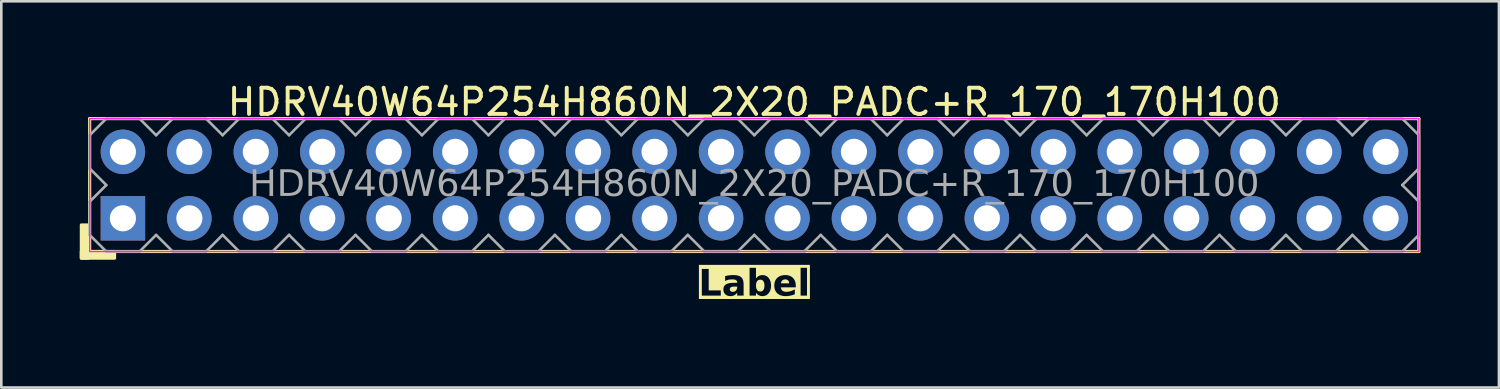
<source format=kicad_pcb>
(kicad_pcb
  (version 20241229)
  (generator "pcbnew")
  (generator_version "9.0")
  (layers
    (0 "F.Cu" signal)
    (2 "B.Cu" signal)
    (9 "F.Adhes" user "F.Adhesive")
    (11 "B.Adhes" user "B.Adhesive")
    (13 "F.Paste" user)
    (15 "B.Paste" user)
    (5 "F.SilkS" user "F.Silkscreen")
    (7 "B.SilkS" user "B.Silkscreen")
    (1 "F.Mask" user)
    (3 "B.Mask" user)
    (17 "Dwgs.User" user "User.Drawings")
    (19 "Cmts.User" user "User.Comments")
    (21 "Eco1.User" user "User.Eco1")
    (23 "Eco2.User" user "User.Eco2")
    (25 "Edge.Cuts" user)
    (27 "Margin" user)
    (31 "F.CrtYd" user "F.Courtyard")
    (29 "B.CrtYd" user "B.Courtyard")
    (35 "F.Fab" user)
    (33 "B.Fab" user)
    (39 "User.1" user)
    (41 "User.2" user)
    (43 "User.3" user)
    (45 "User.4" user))
  (footprint "HDRV40W64P254H860N_2X20_PADC+R_170_170H100"
    (layer "F.Cu")
    (at 25.777 4.023)
    (property "Reference" "HDRV40W64P254H860N_2X20_PADC+R_170_170H100" (at 0 -3.175 0) (layer "F.SilkS") (effects (font (size 1 1) (thickness 0.15))))
    (property "Label" "Label" (at 0 3.81 0) (layer "F.SilkS" knockout) (effects (font (face "Tahoma") (size 1 1) (thickness 0.2) (bold yes))))
    (attr through_hole)
    (fp_line (start -25.4 2.54) (end -25.4 -2.54) (stroke (width 0.12) (type solid)) (layer "F.SilkS"))
    (fp_line (start 25.4 -2.54) (end -25.4 -2.54) (stroke (width 0.12) (type solid)) (layer "F.SilkS"))
    (fp_line (start 25.4 2.54) (end -25.4 2.54) (stroke (width 0.12) (type solid)) (layer "F.SilkS"))
    (fp_line (start 25.4 2.54) (end 25.4 -2.54) (stroke (width 0.12) (type solid)) (layer "F.SilkS"))
    (fp_rect (start -25.718 1.524) (end -25.463 2.794) (stroke (width 0.12) (type solid)) (fill yes) (layer "F.SilkS"))
    (fp_rect (start -25.718 2.54) (end -24.448 2.794) (stroke (width 0.12) (type solid)) (fill yes) (layer "F.SilkS"))
    (fp_line (start -25.4 2.54) (end -25.4 -2.54) (stroke (width 0.05) (type solid)) (layer "F.CrtYd"))
    (fp_line (start 25.4 -2.54) (end -25.4 -2.54) (stroke (width 0.05) (type solid)) (layer "F.CrtYd"))
    (fp_line (start 25.4 2.54) (end -25.4 2.54) (stroke (width 0.05) (type solid)) (layer "F.CrtYd"))
    (fp_line (start 25.4 2.54) (end 25.4 -2.54) (stroke (width 0.05) (type solid)) (layer "F.CrtYd"))
    (fp_line (start -25.4 -1.905) (end -25.4 -0.635) (stroke (width 0.1) (type solid)) (layer "F.Fab"))
    (fp_line (start -25.4 -1.905) (end -24.765 -2.54) (stroke (width 0.1) (type solid)) (layer "F.Fab"))
    (fp_line (start -25.4 0.635) (end -24.765 0) (stroke (width 0.1) (type solid)) (layer "F.Fab"))
    (fp_line (start -25.4 1.905) (end -25.4 0.635) (stroke (width 0.1) (type solid)) (layer "F.Fab"))
    (fp_line (start -24.765 -2.54) (end -23.495 -2.54) (stroke (width 0.1) (type solid)) (layer "F.Fab"))
    (fp_line (start -24.765 0) (end -25.4 -0.635) (stroke (width 0.1) (type solid)) (layer "F.Fab"))
    (fp_line (start -24.765 2.54) (end -25.4 1.905) (stroke (width 0.1) (type solid)) (layer "F.Fab"))
    (fp_line (start -23.495 -2.54) (end -22.86 -1.905) (stroke (width 0.1) (type solid)) (layer "F.Fab"))
    (fp_line (start -23.495 2.54) (end -24.765 2.54) (stroke (width 0.1) (type solid)) (layer "F.Fab"))
    (fp_line (start -22.86 -1.905) (end -22.225 -2.54) (stroke (width 0.1) (type solid)) (layer "F.Fab"))
    (fp_line (start -22.86 1.905) (end -23.495 2.54) (stroke (width 0.1) (type solid)) (layer "F.Fab"))
    (fp_line (start -22.225 -2.54) (end -20.955 -2.54) (stroke (width 0.1) (type solid)) (layer "F.Fab"))
    (fp_line (start -22.225 2.54) (end -22.86 1.905) (stroke (width 0.1) (type solid)) (layer "F.Fab"))
    (fp_line (start -20.955 -2.54) (end -20.32 -1.905) (stroke (width 0.1) (type solid)) (layer "F.Fab"))
    (fp_line (start -20.955 2.54) (end -22.225 2.54) (stroke (width 0.1) (type solid)) (layer "F.Fab"))
    (fp_line (start -20.32 -1.905) (end -19.685 -2.54) (stroke (width 0.1) (type solid)) (layer "F.Fab"))
    (fp_line (start -20.32 1.905) (end -20.955 2.54) (stroke (width 0.1) (type solid)) (layer "F.Fab"))
    (fp_line (start -19.685 -2.54) (end -18.415 -2.54) (stroke (width 0.1) (type solid)) (layer "F.Fab"))
    (fp_line (start -19.685 2.54) (end -20.32 1.905) (stroke (width 0.1) (type solid)) (layer "F.Fab"))
    (fp_line (start -18.415 -2.54) (end -17.78 -1.905) (stroke (width 0.1) (type solid)) (layer "F.Fab"))
    (fp_line (start -18.415 2.54) (end -19.685 2.54) (stroke (width 0.1) (type solid)) (layer "F.Fab"))
    (fp_line (start -17.78 -1.905) (end -17.145 -2.54) (stroke (width 0.1) (type solid)) (layer "F.Fab"))
    (fp_line (start -17.78 1.905) (end -18.415 2.54) (stroke (width 0.1) (type solid)) (layer "F.Fab"))
    (fp_line (start -17.145 -2.54) (end -15.875 -2.54) (stroke (width 0.1) (type solid)) (layer "F.Fab"))
    (fp_line (start -17.145 2.54) (end -17.78 1.905) (stroke (width 0.1) (type solid)) (layer "F.Fab"))
    (fp_line (start -15.875 -2.54) (end -15.24 -1.905) (stroke (width 0.1) (type solid)) (layer "F.Fab"))
    (fp_line (start -15.875 2.54) (end -17.145 2.54) (stroke (width 0.1) (type solid)) (layer "F.Fab"))
    (fp_line (start -15.24 -1.905) (end -14.605 -2.54) (stroke (width 0.1) (type solid)) (layer "F.Fab"))
    (fp_line (start -15.24 1.905) (end -15.875 2.54) (stroke (width 0.1) (type solid)) (layer "F.Fab"))
    (fp_line (start -14.605 -2.54) (end -13.335 -2.54) (stroke (width 0.1) (type solid)) (layer "F.Fab"))
    (fp_line (start -14.605 2.54) (end -15.24 1.905) (stroke (width 0.1) (type solid)) (layer "F.Fab"))
    (fp_line (start -13.335 -2.54) (end -12.7 -1.905) (stroke (width 0.1) (type solid)) (layer "F.Fab"))
    (fp_line (start -13.335 2.54) (end -14.605 2.54) (stroke (width 0.1) (type solid)) (layer "F.Fab"))
    (fp_line (start -12.7 -1.905) (end -12.065 -2.54) (stroke (width 0.1) (type solid)) (layer "F.Fab"))
    (fp_line (start -12.7 1.905) (end -13.335 2.54) (stroke (width 0.1) (type solid)) (layer "F.Fab"))
    (fp_line (start -12.065 -2.54) (end -10.795 -2.54) (stroke (width 0.1) (type solid)) (layer "F.Fab"))
    (fp_line (start -12.065 2.54) (end -12.7 1.905) (stroke (width 0.1) (type solid)) (layer "F.Fab"))
    (fp_line (start -10.795 -2.54) (end -10.16 -1.905) (stroke (width 0.1) (type solid)) (layer "F.Fab"))
    (fp_line (start -10.795 2.54) (end -12.065 2.54) (stroke (width 0.1) (type solid)) (layer "F.Fab"))
    (fp_line (start -10.16 -1.905) (end -9.525 -2.54) (stroke (width 0.1) (type solid)) (layer "F.Fab"))
    (fp_line (start -10.16 1.905) (end -10.795 2.54) (stroke (width 0.1) (type solid)) (layer "F.Fab"))
    (fp_line (start -9.525 -2.54) (end -8.255 -2.54) (stroke (width 0.1) (type solid)) (layer "F.Fab"))
    (fp_line (start -9.525 2.54) (end -10.16 1.905) (stroke (width 0.1) (type solid)) (layer "F.Fab"))
    (fp_line (start -8.255 -2.54) (end -7.62 -1.905) (stroke (width 0.1) (type solid)) (layer "F.Fab"))
    (fp_line (start -8.255 2.54) (end -9.525 2.54) (stroke (width 0.1) (type solid)) (layer "F.Fab"))
    (fp_line (start -7.62 -1.905) (end -6.985 -2.54) (stroke (width 0.1) (type solid)) (layer "F.Fab"))
    (fp_line (start -7.62 1.905) (end -8.255 2.54) (stroke (width 0.1) (type solid)) (layer "F.Fab"))
    (fp_line (start -6.985 -2.54) (end -5.715 -2.54) (stroke (width 0.1) (type solid)) (layer "F.Fab"))
    (fp_line (start -6.985 2.54) (end -7.62 1.905) (stroke (width 0.1) (type solid)) (layer "F.Fab"))
    (fp_line (start -5.715 -2.54) (end -5.08 -1.905) (stroke (width 0.1) (type solid)) (layer "F.Fab"))
    (fp_line (start -5.715 2.54) (end -6.985 2.54) (stroke (width 0.1) (type solid)) (layer "F.Fab"))
    (fp_line (start -5.08 -1.905) (end -4.445 -2.54) (stroke (width 0.1) (type solid)) (layer "F.Fab"))
    (fp_line (start -5.08 1.905) (end -5.715 2.54) (stroke (width 0.1) (type solid)) (layer "F.Fab"))
    (fp_line (start -4.445 -2.54) (end -3.175 -2.54) (stroke (width 0.1) (type solid)) (layer "F.Fab"))
    (fp_line (start -4.445 2.54) (end -5.08 1.905) (stroke (width 0.1) (type solid)) (layer "F.Fab"))
    (fp_line (start -3.175 -2.54) (end -2.54 -1.905) (stroke (width 0.1) (type solid)) (layer "F.Fab"))
    (fp_line (start -3.175 2.54) (end -4.445 2.54) (stroke (width 0.1) (type solid)) (layer "F.Fab"))
    (fp_line (start -2.54 -1.905) (end -1.905 -2.54) (stroke (width 0.1) (type solid)) (layer "F.Fab"))
    (fp_line (start -2.54 1.905) (end -3.175 2.54) (stroke (width 0.1) (type solid)) (layer "F.Fab"))
    (fp_line (start -1.905 -2.54) (end -0.635 -2.54) (stroke (width 0.1) (type solid)) (layer "F.Fab"))
    (fp_line (start -1.905 2.54) (end -2.54 1.905) (stroke (width 0.1) (type solid)) (layer "F.Fab"))
    (fp_line (start -0.635 -2.54) (end 0 -1.905) (stroke (width 0.1) (type solid)) (layer "F.Fab"))
    (fp_line (start -0.635 2.54) (end -1.905 2.54) (stroke (width 0.1) (type solid)) (layer "F.Fab"))
    (fp_line (start 0 -1.905) (end 0.635 -2.54) (stroke (width 0.1) (type solid)) (layer "F.Fab"))
    (fp_line (start 0 1.905) (end -0.635 2.54) (stroke (width 0.1) (type solid)) (layer "F.Fab"))
    (fp_line (start 0.635 -2.54) (end 1.905 -2.54) (stroke (width 0.1) (type solid)) (layer "F.Fab"))
    (fp_line (start 0.635 2.54) (end 0 1.905) (stroke (width 0.1) (type solid)) (layer "F.Fab"))
    (fp_line (start 1.905 -2.54) (end 2.54 -1.905) (stroke (width 0.1) (type solid)) (layer "F.Fab"))
    (fp_line (start 1.905 2.54) (end 0.635 2.54) (stroke (width 0.1) (type solid)) (layer "F.Fab"))
    (fp_line (start 2.54 -1.905) (end 3.175 -2.54) (stroke (width 0.1) (type solid)) (layer "F.Fab"))
    (fp_line (start 2.54 1.905) (end 1.905 2.54) (stroke (width 0.1) (type solid)) (layer "F.Fab"))
    (fp_line (start 3.175 -2.54) (end 4.445 -2.54) (stroke (width 0.1) (type solid)) (layer "F.Fab"))
    (fp_line (start 3.175 2.54) (end 2.54 1.905) (stroke (width 0.1) (type solid)) (layer "F.Fab"))
    (fp_line (start 4.445 -2.54) (end 5.08 -1.905) (stroke (width 0.1) (type solid)) (layer "F.Fab"))
    (fp_line (start 4.445 2.54) (end 3.175 2.54) (stroke (width 0.1) (type solid)) (layer "F.Fab"))
    (fp_line (start 5.08 -1.905) (end 5.715 -2.54) (stroke (width 0.1) (type solid)) (layer "F.Fab"))
    (fp_line (start 5.08 1.905) (end 4.445 2.54) (stroke (width 0.1) (type solid)) (layer "F.Fab"))
    (fp_line (start 5.715 -2.54) (end 6.985 -2.54) (stroke (width 0.1) (type solid)) (layer "F.Fab"))
    (fp_line (start 5.715 2.54) (end 5.08 1.905) (stroke (width 0.1) (type solid)) (layer "F.Fab"))
    (fp_line (start 6.985 -2.54) (end 7.62 -1.905) (stroke (width 0.1) (type solid)) (layer "F.Fab"))
    (fp_line (start 6.985 2.54) (end 5.715 2.54) (stroke (width 0.1) (type solid)) (layer "F.Fab"))
    (fp_line (start 7.62 -1.905) (end 8.255 -2.54) (stroke (width 0.1) (type solid)) (layer "F.Fab"))
    (fp_line (start 7.62 1.905) (end 6.985 2.54) (stroke (width 0.1) (type solid)) (layer "F.Fab"))
    (fp_line (start 8.255 -2.54) (end 9.525 -2.54) (stroke (width 0.1) (type solid)) (layer "F.Fab"))
    (fp_line (start 8.255 2.54) (end 7.62 1.905) (stroke (width 0.1) (type solid)) (layer "F.Fab"))
    (fp_line (start 9.525 -2.54) (end 10.16 -1.905) (stroke (width 0.1) (type solid)) (layer "F.Fab"))
    (fp_line (start 9.525 2.54) (end 8.255 2.54) (stroke (width 0.1) (type solid)) (layer "F.Fab"))
    (fp_line (start 10.16 -1.905) (end 10.795 -2.54) (stroke (width 0.1) (type solid)) (layer "F.Fab"))
    (fp_line (start 10.16 1.905) (end 9.525 2.54) (stroke (width 0.1) (type solid)) (layer "F.Fab"))
    (fp_line (start 10.795 -2.54) (end 12.065 -2.54) (stroke (width 0.1) (type solid)) (layer "F.Fab"))
    (fp_line (start 10.795 2.54) (end 10.16 1.905) (stroke (width 0.1) (type solid)) (layer "F.Fab"))
    (fp_line (start 12.065 -2.54) (end 12.7 -1.905) (stroke (width 0.1) (type solid)) (layer "F.Fab"))
    (fp_line (start 12.065 2.54) (end 10.795 2.54) (stroke (width 0.1) (type solid)) (layer "F.Fab"))
    (fp_line (start 12.7 -1.905) (end 13.335 -2.54) (stroke (width 0.1) (type solid)) (layer "F.Fab"))
    (fp_line (start 12.7 1.905) (end 12.065 2.54) (stroke (width 0.1) (type solid)) (layer "F.Fab"))
    (fp_line (start 13.335 -2.54) (end 14.605 -2.54) (stroke (width 0.1) (type solid)) (layer "F.Fab"))
    (fp_line (start 13.335 2.54) (end 12.7 1.905) (stroke (width 0.1) (type solid)) (layer "F.Fab"))
    (fp_line (start 14.605 -2.54) (end 15.24 -1.905) (stroke (width 0.1) (type solid)) (layer "F.Fab"))
    (fp_line (start 14.605 2.54) (end 13.335 2.54) (stroke (width 0.1) (type solid)) (layer "F.Fab"))
    (fp_line (start 15.24 -1.905) (end 15.875 -2.54) (stroke (width 0.1) (type solid)) (layer "F.Fab"))
    (fp_line (start 15.24 1.905) (end 14.605 2.54) (stroke (width 0.1) (type solid)) (layer "F.Fab"))
    (fp_line (start 15.875 -2.54) (end 17.145 -2.54) (stroke (width 0.1) (type solid)) (layer "F.Fab"))
    (fp_line (start 15.875 2.54) (end 15.24 1.905) (stroke (width 0.1) (type solid)) (layer "F.Fab"))
    (fp_line (start 17.145 -2.54) (end 17.78 -1.905) (stroke (width 0.1) (type solid)) (layer "F.Fab"))
    (fp_line (start 17.145 2.54) (end 15.875 2.54) (stroke (width 0.1) (type solid)) (layer "F.Fab"))
    (fp_line (start 17.78 -1.905) (end 18.415 -2.54) (stroke (width 0.1) (type solid)) (layer "F.Fab"))
    (fp_line (start 17.78 1.905) (end 17.145 2.54) (stroke (width 0.1) (type solid)) (layer "F.Fab"))
    (fp_line (start 18.415 -2.54) (end 19.685 -2.54) (stroke (width 0.1) (type solid)) (layer "F.Fab"))
    (fp_line (start 18.415 2.54) (end 17.78 1.905) (stroke (width 0.1) (type solid)) (layer "F.Fab"))
    (fp_line (start 19.685 -2.54) (end 20.32 -1.905) (stroke (width 0.1) (type solid)) (layer "F.Fab"))
    (fp_line (start 19.685 2.54) (end 18.415 2.54) (stroke (width 0.1) (type solid)) (layer "F.Fab"))
    (fp_line (start 20.32 -1.905) (end 20.955 -2.54) (stroke (width 0.1) (type solid)) (layer "F.Fab"))
    (fp_line (start 20.32 1.905) (end 19.685 2.54) (stroke (width 0.1) (type solid)) (layer "F.Fab"))
    (fp_line (start 20.955 -2.54) (end 22.225 -2.54) (stroke (width 0.1) (type solid)) (layer "F.Fab"))
    (fp_line (start 20.955 2.54) (end 20.32 1.905) (stroke (width 0.1) (type solid)) (layer "F.Fab"))
    (fp_line (start 22.225 -2.54) (end 22.86 -1.905) (stroke (width 0.1) (type solid)) (layer "F.Fab"))
    (fp_line (start 22.225 2.54) (end 20.955 2.54) (stroke (width 0.1) (type solid)) (layer "F.Fab"))
    (fp_line (start 22.86 -1.905) (end 23.495 -2.54) (stroke (width 0.1) (type solid)) (layer "F.Fab"))
    (fp_line (start 22.86 1.905) (end 22.225 2.54) (stroke (width 0.1) (type solid)) (layer "F.Fab"))
    (fp_line (start 23.495 -2.54) (end 24.765 -2.54) (stroke (width 0.1) (type solid)) (layer "F.Fab"))
    (fp_line (start 23.495 2.54) (end 22.86 1.905) (stroke (width 0.1) (type solid)) (layer "F.Fab"))
    (fp_line (start 24.765 -2.54) (end 25.4 -1.905) (stroke (width 0.1) (type solid)) (layer "F.Fab"))
    (fp_line (start 24.765 0) (end 25.4 0.635) (stroke (width 0.1) (type solid)) (layer "F.Fab"))
    (fp_line (start 24.765 2.54) (end 23.495 2.54) (stroke (width 0.1) (type solid)) (layer "F.Fab"))
    (fp_line (start 25.4 -1.905) (end 25.4 -0.635) (stroke (width 0.1) (type solid)) (layer "F.Fab"))
    (fp_line (start 25.4 -0.635) (end 24.765 0) (stroke (width 0.1) (type solid)) (layer "F.Fab"))
    (fp_line (start 25.4 0.635) (end 25.4 1.905) (stroke (width 0.1) (type solid)) (layer "F.Fab"))
    (fp_line (start 25.4 1.905) (end 24.765 2.54) (stroke (width 0.1) (type solid)) (layer "F.Fab"))
    (fp_rect (start -23.876 -1.524) (end -24.384 -1.016) (stroke (width 0.1) (type solid)) (fill no) (layer "F.Fab"))
    (fp_rect (start -23.876 1.016) (end -24.384 1.524) (stroke (width 0.1) (type solid)) (fill no) (layer "F.Fab"))
    (fp_rect (start -21.336 -1.524) (end -21.844 -1.016) (stroke (width 0.1) (type solid)) (fill no) (layer "F.Fab"))
    (fp_rect (start -21.336 1.016) (end -21.844 1.524) (stroke (width 0.1) (type solid)) (fill no) (layer "F.Fab"))
    (fp_rect (start -18.796 -1.524) (end -19.304 -1.016) (stroke (width 0.1) (type solid)) (fill no) (layer "F.Fab"))
    (fp_rect (start -18.796 1.016) (end -19.304 1.524) (stroke (width 0.1) (type solid)) (fill no) (layer "F.Fab"))
    (fp_rect (start -16.256 -1.524) (end -16.764 -1.016) (stroke (width 0.1) (type solid)) (fill no) (layer "F.Fab"))
    (fp_rect (start -16.256 1.016) (end -16.764 1.524) (stroke (width 0.1) (type solid)) (fill no) (layer "F.Fab"))
    (fp_rect (start -13.716 -1.524) (end -14.224 -1.016) (stroke (width 0.1) (type solid)) (fill no) (layer "F.Fab"))
    (fp_rect (start -13.716 1.016) (end -14.224 1.524) (stroke (width 0.1) (type solid)) (fill no) (layer "F.Fab"))
    (fp_rect (start -11.176 -1.524) (end -11.684 -1.016) (stroke (width 0.1) (type solid)) (fill no) (layer "F.Fab"))
    (fp_rect (start -11.176 1.016) (end -11.684 1.524) (stroke (width 0.1) (type solid)) (fill no) (layer "F.Fab"))
    (fp_rect (start -8.636 -1.524) (end -9.144 -1.016) (stroke (width 0.1) (type solid)) (fill no) (layer "F.Fab"))
    (fp_rect (start -8.636 1.016) (end -9.144 1.524) (stroke (width 0.1) (type solid)) (fill no) (layer "F.Fab"))
    (fp_rect (start -6.096 -1.524) (end -6.604 -1.016) (stroke (width 0.1) (type solid)) (fill no) (layer "F.Fab"))
    (fp_rect (start -6.096 1.016) (end -6.604 1.524) (stroke (width 0.1) (type solid)) (fill no) (layer "F.Fab"))
    (fp_rect (start -3.556 -1.524) (end -4.064 -1.016) (stroke (width 0.1) (type solid)) (fill no) (layer "F.Fab"))
    (fp_rect (start -3.556 1.016) (end -4.064 1.524) (stroke (width 0.1) (type solid)) (fill no) (layer "F.Fab"))
    (fp_rect (start -1.016 -1.524) (end -1.524 -1.016) (stroke (width 0.1) (type solid)) (fill no) (layer "F.Fab"))
    (fp_rect (start -1.016 1.016) (end -1.524 1.524) (stroke (width 0.1) (type solid)) (fill no) (layer "F.Fab"))
    (fp_rect (start 1.524 -1.524) (end 1.016 -1.016) (stroke (width 0.1) (type solid)) (fill no) (layer "F.Fab"))
    (fp_rect (start 1.524 1.016) (end 1.016 1.524) (stroke (width 0.1) (type solid)) (fill no) (layer "F.Fab"))
    (fp_rect (start 4.064 -1.524) (end 3.556 -1.016) (stroke (width 0.1) (type solid)) (fill no) (layer "F.Fab"))
    (fp_rect (start 4.064 1.016) (end 3.556 1.524) (stroke (width 0.1) (type solid)) (fill no) (layer "F.Fab"))
    (fp_rect (start 6.604 -1.524) (end 6.096 -1.016) (stroke (width 0.1) (type solid)) (fill no) (layer "F.Fab"))
    (fp_rect (start 6.604 1.016) (end 6.096 1.524) (stroke (width 0.1) (type solid)) (fill no) (layer "F.Fab"))
    (fp_rect (start 9.144 -1.524) (end 8.636 -1.016) (stroke (width 0.1) (type solid)) (fill no) (layer "F.Fab"))
    (fp_rect (start 9.144 1.016) (end 8.636 1.524) (stroke (width 0.1) (type solid)) (fill no) (layer "F.Fab"))
    (fp_rect (start 11.684 -1.524) (end 11.176 -1.016) (stroke (width 0.1) (type solid)) (fill no) (layer "F.Fab"))
    (fp_rect (start 11.684 1.016) (end 11.176 1.524) (stroke (width 0.1) (type solid)) (fill no) (layer "F.Fab"))
    (fp_rect (start 14.224 -1.524) (end 13.716 -1.016) (stroke (width 0.1) (type solid)) (fill no) (layer "F.Fab"))
    (fp_rect (start 14.224 1.016) (end 13.716 1.524) (stroke (width 0.1) (type solid)) (fill no) (layer "F.Fab"))
    (fp_rect (start 16.764 -1.524) (end 16.256 -1.016) (stroke (width 0.1) (type solid)) (fill no) (layer "F.Fab"))
    (fp_rect (start 16.764 1.016) (end 16.256 1.524) (stroke (width 0.1) (type solid)) (fill no) (layer "F.Fab"))
    (fp_rect (start 19.304 -1.524) (end 18.796 -1.016) (stroke (width 0.1) (type solid)) (fill no) (layer "F.Fab"))
    (fp_rect (start 19.304 1.016) (end 18.796 1.524) (stroke (width 0.1) (type solid)) (fill no) (layer "F.Fab"))
    (fp_rect (start 21.844 -1.524) (end 21.336 -1.016) (stroke (width 0.1) (type solid)) (fill no) (layer "F.Fab"))
    (fp_rect (start 21.844 1.016) (end 21.336 1.524) (stroke (width 0.1) (type solid)) (fill no) (layer "F.Fab"))
    (fp_rect (start 24.384 -1.524) (end 23.876 -1.016) (stroke (width 0.1) (type solid)) (fill no) (layer "F.Fab"))
    (fp_rect (start 24.384 1.016) (end 23.876 1.524) (stroke (width 0.1) (type solid)) (fill no) (layer "F.Fab"))
    (fp_text user "${REFERENCE}" (at 0 0 0) (layer "F.Fab") (effects (font (face "Tahoma") (size 1 1) (thickness 0.15))))
    (pad "1" thru_hole rect (at -24.13 1.27) (size 1.7 1.7) (drill 1) (layers "*.Cu" "*.Mask"))
    (pad "2" thru_hole circle (at -24.13 -1.27) (size 1.7 1.7) (drill 1) (layers "*.Cu" "*.Mask"))
    (pad "3" thru_hole circle (at -21.59 1.27) (size 1.7 1.7) (drill 1) (layers "*.Cu" "*.Mask"))
    (pad "4" thru_hole circle (at -21.59 -1.27) (size 1.7 1.7) (drill 1) (layers "*.Cu" "*.Mask"))
    (pad "5" thru_hole circle (at -19.05 1.27) (size 1.7 1.7) (drill 1) (layers "*.Cu" "*.Mask"))
    (pad "6" thru_hole circle (at -19.05 -1.27) (size 1.7 1.7) (drill 1) (layers "*.Cu" "*.Mask"))
    (pad "7" thru_hole circle (at -16.51 1.27) (size 1.7 1.7) (drill 1) (layers "*.Cu" "*.Mask"))
    (pad "8" thru_hole circle (at -16.51 -1.27) (size 1.7 1.7) (drill 1) (layers "*.Cu" "*.Mask"))
    (pad "9" thru_hole circle (at -13.97 1.27) (size 1.7 1.7) (drill 1) (layers "*.Cu" "*.Mask"))
    (pad "10" thru_hole circle (at -13.97 -1.27) (size 1.7 1.7) (drill 1) (layers "*.Cu" "*.Mask"))
    (pad "11" thru_hole circle (at -11.43 1.27) (size 1.7 1.7) (drill 1) (layers "*.Cu" "*.Mask"))
    (pad "12" thru_hole circle (at -11.43 -1.27) (size 1.7 1.7) (drill 1) (layers "*.Cu" "*.Mask"))
    (pad "13" thru_hole circle (at -8.89 1.27) (size 1.7 1.7) (drill 1) (layers "*.Cu" "*.Mask"))
    (pad "14" thru_hole circle (at -8.89 -1.27) (size 1.7 1.7) (drill 1) (layers "*.Cu" "*.Mask"))
    (pad "15" thru_hole circle (at -6.35 1.27) (size 1.7 1.7) (drill 1) (layers "*.Cu" "*.Mask"))
    (pad "16" thru_hole circle (at -6.35 -1.27) (size 1.7 1.7) (drill 1) (layers "*.Cu" "*.Mask"))
    (pad "17" thru_hole circle (at -3.81 1.27) (size 1.7 1.7) (drill 1) (layers "*.Cu" "*.Mask"))
    (pad "18" thru_hole circle (at -3.81 -1.27) (size 1.7 1.7) (drill 1) (layers "*.Cu" "*.Mask"))
    (pad "19" thru_hole circle (at -1.27 1.27) (size 1.7 1.7) (drill 1) (layers "*.Cu" "*.Mask"))
    (pad "20" thru_hole circle (at -1.27 -1.27) (size 1.7 1.7) (drill 1) (layers "*.Cu" "*.Mask"))
    (pad "21" thru_hole circle (at 1.27 1.27) (size 1.7 1.7) (drill 1) (layers "*.Cu" "*.Mask"))
    (pad "22" thru_hole circle (at 1.27 -1.27) (size 1.7 1.7) (drill 1) (layers "*.Cu" "*.Mask"))
    (pad "23" thru_hole circle (at 3.81 1.27) (size 1.7 1.7) (drill 1) (layers "*.Cu" "*.Mask"))
    (pad "24" thru_hole circle (at 3.81 -1.27) (size 1.7 1.7) (drill 1) (layers "*.Cu" "*.Mask"))
    (pad "25" thru_hole circle (at 6.35 1.27) (size 1.7 1.7) (drill 1) (layers "*.Cu" "*.Mask"))
    (pad "26" thru_hole circle (at 6.35 -1.27) (size 1.7 1.7) (drill 1) (layers "*.Cu" "*.Mask"))
    (pad "27" thru_hole circle (at 8.89 1.27) (size 1.7 1.7) (drill 1) (layers "*.Cu" "*.Mask"))
    (pad "28" thru_hole circle (at 8.89 -1.27) (size 1.7 1.7) (drill 1) (layers "*.Cu" "*.Mask"))
    (pad "29" thru_hole circle (at 11.43 1.27) (size 1.7 1.7) (drill 1) (layers "*.Cu" "*.Mask"))
    (pad "30" thru_hole circle (at 11.43 -1.27) (size 1.7 1.7) (drill 1) (layers "*.Cu" "*.Mask"))
    (pad "31" thru_hole circle (at 13.97 1.27) (size 1.7 1.7) (drill 1) (layers "*.Cu" "*.Mask"))
    (pad "32" thru_hole circle (at 13.97 -1.27) (size 1.7 1.7) (drill 1) (layers "*.Cu" "*.Mask"))
    (pad "33" thru_hole circle (at 16.51 1.27) (size 1.7 1.7) (drill 1) (layers "*.Cu" "*.Mask"))
    (pad "34" thru_hole circle (at 16.51 -1.27) (size 1.7 1.7) (drill 1) (layers "*.Cu" "*.Mask"))
    (pad "35" thru_hole circle (at 19.05 1.27) (size 1.7 1.7) (drill 1) (layers "*.Cu" "*.Mask"))
    (pad "36" thru_hole circle (at 19.05 -1.27) (size 1.7 1.7) (drill 1) (layers "*.Cu" "*.Mask"))
    (pad "37" thru_hole circle (at 21.59 1.27) (size 1.7 1.7) (drill 1) (layers "*.Cu" "*.Mask"))
    (pad "38" thru_hole circle (at 21.59 -1.27) (size 1.7 1.7) (drill 1) (layers "*.Cu" "*.Mask"))
    (pad "39" thru_hole circle (at 24.13 1.27) (size 1.7 1.7) (drill 1) (layers "*.Cu" "*.Mask"))
    (pad "40" thru_hole circle (at 24.13 -1.27) (size 1.7 1.7) (drill 1) (layers "*.Cu" "*.Mask")))
  (gr_rect
    (start -3 -3)
    (end 54.237 11.761)
    (stroke (width 0.1) (type default))
    (fill no)
    (layer "Edge.Cuts")))
</source>
